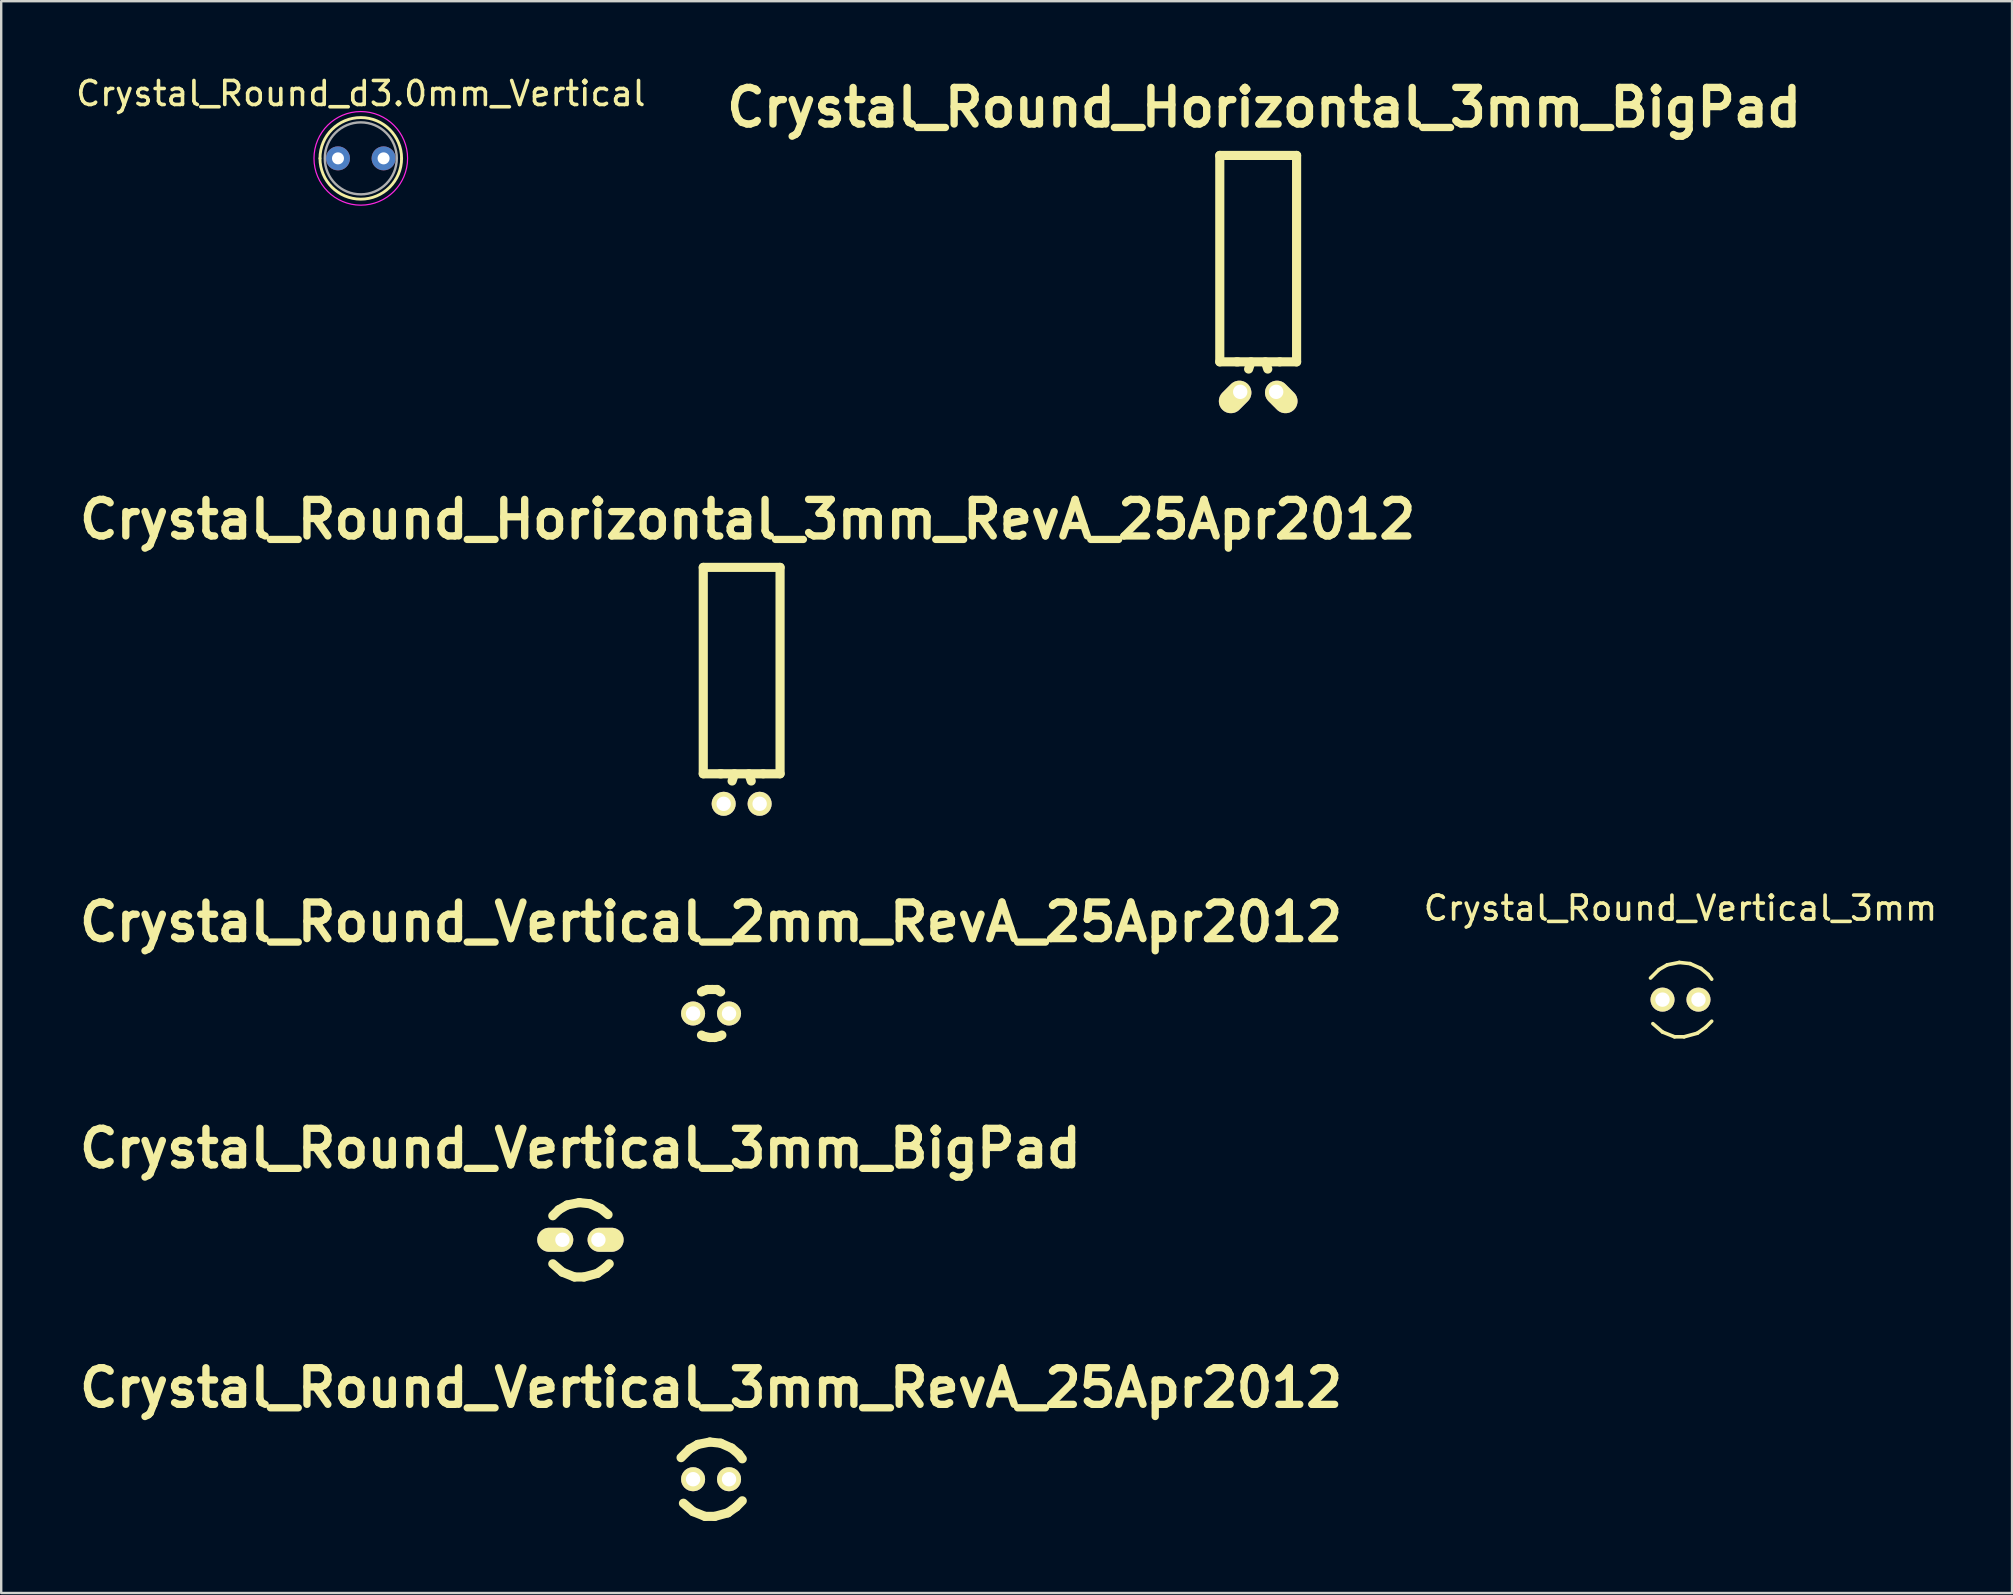
<source format=kicad_pcb>
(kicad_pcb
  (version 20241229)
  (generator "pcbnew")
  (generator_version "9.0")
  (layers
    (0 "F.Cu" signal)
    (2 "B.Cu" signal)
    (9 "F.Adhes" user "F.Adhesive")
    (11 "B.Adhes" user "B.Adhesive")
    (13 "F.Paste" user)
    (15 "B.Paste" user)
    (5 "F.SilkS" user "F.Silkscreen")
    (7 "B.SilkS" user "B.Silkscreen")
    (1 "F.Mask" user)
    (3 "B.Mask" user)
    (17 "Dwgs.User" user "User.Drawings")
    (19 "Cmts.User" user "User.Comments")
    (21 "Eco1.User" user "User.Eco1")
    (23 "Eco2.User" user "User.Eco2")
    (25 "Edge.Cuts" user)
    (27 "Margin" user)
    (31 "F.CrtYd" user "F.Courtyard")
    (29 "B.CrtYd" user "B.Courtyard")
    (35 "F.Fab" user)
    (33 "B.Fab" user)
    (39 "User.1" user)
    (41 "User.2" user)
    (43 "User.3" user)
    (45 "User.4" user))
  (footprint "Crystal_Round_Horizontal_3mm_BigPad"
    (layer "F.Cu")
    (at 49.372 13.276)
    (property "Reference" "Crystal_Round_Horizontal_3mm_BigPad" (at 0.249 -11.849 0) (layer "F.SilkS") (effects (font (size 1.524 1.524) (thickness 0.305))))
    (attr through_hole)
    (fp_line (start -1.6 -9.85) (end -1.6 -1.25) (stroke (width 0.381) (type solid)) (layer "F.SilkS"))
    (fp_line (start -0.851 -1.25) (end -1.6 -1.25) (stroke (width 0.381) (type solid)) (layer "F.SilkS"))
    (fp_line (start -0.3 -1.25) (end -0.399 -0.95) (stroke (width 0.381) (type solid)) (layer "F.SilkS"))
    (fp_line (start 0.3 -1.25) (end 0.399 -0.95) (stroke (width 0.381) (type solid)) (layer "F.SilkS"))
    (fp_line (start 0.899 -1.25) (end -0.899 -1.25) (stroke (width 0.381) (type solid)) (layer "F.SilkS"))
    (fp_line (start 0.899 -1.25) (end 1.6 -1.25) (stroke (width 0.381) (type solid)) (layer "F.SilkS"))
    (fp_line (start 1.6 -9.85) (end -1.6 -9.85) (stroke (width 0.381) (type solid)) (layer "F.SilkS"))
    (fp_line (start 1.6 -1.25) (end 1.6 -9.85) (stroke (width 0.381) (type solid)) (layer "F.SilkS"))
    (pad "1" thru_hole oval (at -0.749 0 45) (size 1.501 1.001) (drill 0.599 (offset -0.3 0)) (layers "*.Cu" "*.Mask" "F.SilkS"))
    (pad "2" thru_hole oval (at 0.749 0 315) (size 1.501 1.001) (drill 0.599 (offset 0.3 0)) (layers "*.Cu" "*.Mask" "F.SilkS")))
  (footprint "Crystal_Round_Vertical_3mm_BigPad"
    (layer "F.Cu")
    (at 21.133 48.605)
    (property "Reference" "Crystal_Round_Vertical_3mm_BigPad" (at 0 -3.81 0) (layer "F.SilkS") (effects (font (size 1.524 1.524) (thickness 0.305))))
    (attr through_hole)
    (fp_line (start -0.899 -1.25) (end -1.151 -1.001) (stroke (width 0.381) (type solid)) (layer "F.SilkS"))
    (fp_line (start -0.749 1.349) (end -1.151 1.001) (stroke (width 0.381) (type solid)) (layer "F.SilkS"))
    (fp_line (start -0.551 -1.45) (end -0.899 -1.25) (stroke (width 0.381) (type solid)) (layer "F.SilkS"))
    (fp_line (start -0.249 1.549) (end -0.749 1.349) (stroke (width 0.381) (type solid)) (layer "F.SilkS"))
    (fp_line (start -0.051 -1.549) (end -0.551 -1.45) (stroke (width 0.381) (type solid)) (layer "F.SilkS"))
    (fp_line (start 0.15 1.549) (end -0.249 1.549) (stroke (width 0.381) (type solid)) (layer "F.SilkS"))
    (fp_line (start 0.399 -1.501) (end -0.051 -1.549) (stroke (width 0.381) (type solid)) (layer "F.SilkS"))
    (fp_line (start 0.701 1.4) (end 0.15 1.549) (stroke (width 0.381) (type solid)) (layer "F.SilkS"))
    (fp_line (start 0.851 -1.3) (end 0.399 -1.501) (stroke (width 0.381) (type solid)) (layer "F.SilkS"))
    (fp_line (start 1.049 1.151) (end 0.701 1.4) (stroke (width 0.381) (type solid)) (layer "F.SilkS"))
    (fp_line (start 1.049 1.151) (end 1.199 1.001) (stroke (width 0.381) (type solid)) (layer "F.SilkS"))
    (fp_line (start 1.151 -1.049) (end 0.851 -1.3) (stroke (width 0.381) (type solid)) (layer "F.SilkS"))
    (pad "1" thru_hole oval (at -0.749 0) (size 1.501 1.001) (drill 0.599 (offset -0.3 0)) (layers "*.Cu" "*.Mask" "F.SilkS"))
    (pad "2" thru_hole oval (at 0.749 0) (size 1.501 1.001) (drill 0.599 (offset 0.3 0)) (layers "*.Cu" "*.Mask" "F.SilkS")))
  (footprint "Crystal_Round_Horizontal_3mm_RevA_25Apr2012"
    (layer "F.Cu")
    (at 27.851 30.44)
    (property "Reference" "Crystal_Round_Horizontal_3mm_RevA_25Apr2012" (at 0.249 -11.849 0) (layer "F.SilkS") (effects (font (size 1.524 1.524) (thickness 0.305))))
    (attr through_hole)
    (fp_line (start -1.6 -9.85) (end -1.6 -1.25) (stroke (width 0.381) (type solid)) (layer "F.SilkS"))
    (fp_line (start -0.851 -1.25) (end -1.6 -1.25) (stroke (width 0.381) (type solid)) (layer "F.SilkS"))
    (fp_line (start -0.3 -1.25) (end -0.399 -0.95) (stroke (width 0.381) (type solid)) (layer "F.SilkS"))
    (fp_line (start 0.3 -1.25) (end 0.399 -0.95) (stroke (width 0.381) (type solid)) (layer "F.SilkS"))
    (fp_line (start 0.899 -1.25) (end -0.899 -1.25) (stroke (width 0.381) (type solid)) (layer "F.SilkS"))
    (fp_line (start 0.899 -1.25) (end 1.6 -1.25) (stroke (width 0.381) (type solid)) (layer "F.SilkS"))
    (fp_line (start 1.6 -9.85) (end -1.6 -9.85) (stroke (width 0.381) (type solid)) (layer "F.SilkS"))
    (fp_line (start 1.6 -1.25) (end 1.6 -9.85) (stroke (width 0.381) (type solid)) (layer "F.SilkS"))
    (pad "1" thru_hole circle (at -0.749 0) (size 1.001 1.001) (drill 0.599) (layers "*.Cu" "*.Mask" "F.SilkS"))
    (pad "2" thru_hole circle (at 0.749 0) (size 1.001 1.001) (drill 0.599) (layers "*.Cu" "*.Mask" "F.SilkS")))
  (footprint "Crystal_Round_Vertical_3mm_RevA_25Apr2012"
    (layer "F.Cu")
    (at 26.576 58.581)
    (property "Reference" "Crystal_Round_Vertical_3mm_RevA_25Apr2012" (at 0 -3.81 0) (layer "F.SilkS") (effects (font (size 1.524 1.524) (thickness 0.305))))
    (attr through_hole)
    (fp_line (start -0.899 -1.25) (end -1.25 -0.899) (stroke (width 0.381) (type solid)) (layer "F.SilkS"))
    (fp_line (start -0.749 1.349) (end -1.151 1.001) (stroke (width 0.381) (type solid)) (layer "F.SilkS"))
    (fp_line (start -0.551 -1.45) (end -0.899 -1.25) (stroke (width 0.381) (type solid)) (layer "F.SilkS"))
    (fp_line (start -0.249 1.549) (end -0.749 1.349) (stroke (width 0.381) (type solid)) (layer "F.SilkS"))
    (fp_line (start -0.051 -1.549) (end -0.551 -1.45) (stroke (width 0.381) (type solid)) (layer "F.SilkS"))
    (fp_line (start 0.15 1.549) (end -0.249 1.549) (stroke (width 0.381) (type solid)) (layer "F.SilkS"))
    (fp_line (start 0.399 -1.501) (end -0.051 -1.549) (stroke (width 0.381) (type solid)) (layer "F.SilkS"))
    (fp_line (start 0.701 1.4) (end 0.15 1.549) (stroke (width 0.381) (type solid)) (layer "F.SilkS"))
    (fp_line (start 0.851 -1.3) (end 0.399 -1.501) (stroke (width 0.381) (type solid)) (layer "F.SilkS"))
    (fp_line (start 1.049 1.151) (end 0.701 1.4) (stroke (width 0.381) (type solid)) (layer "F.SilkS"))
    (fp_line (start 1.151 -1.049) (end 0.851 -1.3) (stroke (width 0.381) (type solid)) (layer "F.SilkS"))
    (fp_line (start 1.3 -0.851) (end 1.151 -1.049) (stroke (width 0.381) (type solid)) (layer "F.SilkS"))
    (fp_line (start 1.3 0.899) (end 1.049 1.151) (stroke (width 0.381) (type solid)) (layer "F.SilkS"))
    (pad "1" thru_hole circle (at -0.749 0) (size 1.001 1.001) (drill 0.599) (layers "*.Cu" "*.Mask" "F.SilkS"))
    (pad "2" thru_hole circle (at 0.749 0) (size 1.001 1.001) (drill 0.599) (layers "*.Cu" "*.Mask" "F.SilkS")))
  (footprint "Crystal_Round_Vertical_2mm_RevA_25Apr2012"
    (layer "F.Cu")
    (at 26.576 39.177)
    (property "Reference" "Crystal_Round_Vertical_2mm_RevA_25Apr2012" (at 0 -3.81 0) (layer "F.SilkS") (effects (font (size 1.524 1.524) (thickness 0.305))))
    (attr through_hole)
    (fp_line (start -0.3 -0.95) (end -0.399 -0.899) (stroke (width 0.381) (type solid)) (layer "F.SilkS"))
    (fp_line (start -0.3 0.95) (end -0.399 0.899) (stroke (width 0.381) (type solid)) (layer "F.SilkS"))
    (fp_line (start -0.15 -1.001) (end -0.3 -0.95) (stroke (width 0.381) (type solid)) (layer "F.SilkS"))
    (fp_line (start -0.051 1.001) (end -0.3 0.95) (stroke (width 0.381) (type solid)) (layer "F.SilkS"))
    (fp_line (start 0.051 -1.001) (end -0.15 -1.001) (stroke (width 0.381) (type solid)) (layer "F.SilkS"))
    (fp_line (start 0.15 1.001) (end -0.051 1.001) (stroke (width 0.381) (type solid)) (layer "F.SilkS"))
    (fp_line (start 0.249 -1.001) (end 0.051 -1.001) (stroke (width 0.381) (type solid)) (layer "F.SilkS"))
    (fp_line (start 0.351 0.95) (end 0.15 1.001) (stroke (width 0.381) (type solid)) (layer "F.SilkS"))
    (fp_line (start 0.399 -0.899) (end 0.249 -1.001) (stroke (width 0.381) (type solid)) (layer "F.SilkS"))
    (fp_line (start 0.45 0.899) (end 0.351 0.95) (stroke (width 0.381) (type solid)) (layer "F.SilkS"))
    (pad "1" thru_hole circle (at -0.749 0) (size 1.001 1.001) (drill 0.599) (layers "*.Cu" "*.Mask" "F.SilkS"))
    (pad "2" thru_hole circle (at 0.749 0) (size 1.001 1.001) (drill 0.599) (layers "*.Cu" "*.Mask" "F.SilkS")))
  (footprint "Crystal_Round_Vertical_3mm"
    (layer "F.Cu")
    (at 66.967 38.599)
    (property "Reference" "Crystal_Round_Vertical_3mm" (at 0 -3.81 0) (layer "F.SilkS") (effects (font (size 1 1) (thickness 0.15))))
    (attr through_hole)
    (fp_line (start -0.899 -1.25) (end -1.25 -0.899) (stroke (width 0.15) (type solid)) (layer "F.SilkS"))
    (fp_line (start -0.749 1.349) (end -1.151 1.001) (stroke (width 0.15) (type solid)) (layer "F.SilkS"))
    (fp_line (start -0.551 -1.45) (end -0.899 -1.25) (stroke (width 0.15) (type solid)) (layer "F.SilkS"))
    (fp_line (start -0.249 1.549) (end -0.749 1.349) (stroke (width 0.15) (type solid)) (layer "F.SilkS"))
    (fp_line (start -0.051 -1.549) (end -0.551 -1.45) (stroke (width 0.15) (type solid)) (layer "F.SilkS"))
    (fp_line (start 0.15 1.549) (end -0.249 1.549) (stroke (width 0.15) (type solid)) (layer "F.SilkS"))
    (fp_line (start 0.399 -1.501) (end -0.051 -1.549) (stroke (width 0.15) (type solid)) (layer "F.SilkS"))
    (fp_line (start 0.701 1.4) (end 0.15 1.549) (stroke (width 0.15) (type solid)) (layer "F.SilkS"))
    (fp_line (start 0.851 -1.3) (end 0.399 -1.501) (stroke (width 0.15) (type solid)) (layer "F.SilkS"))
    (fp_line (start 1.049 1.151) (end 0.701 1.4) (stroke (width 0.15) (type solid)) (layer "F.SilkS"))
    (fp_line (start 1.151 -1.049) (end 0.851 -1.3) (stroke (width 0.15) (type solid)) (layer "F.SilkS"))
    (fp_line (start 1.3 -0.851) (end 1.151 -1.049) (stroke (width 0.15) (type solid)) (layer "F.SilkS"))
    (fp_line (start 1.3 0.899) (end 1.049 1.151) (stroke (width 0.15) (type solid)) (layer "F.SilkS"))
    (pad "1" thru_hole circle (at -0.749 0) (size 1.001 1.001) (drill 0.599) (layers "*.Cu" "*.Mask" "F.SilkS"))
    (pad "2" thru_hole circle (at 0.749 0) (size 1.001 1.001) (drill 0.599) (layers "*.Cu" "*.Mask" "F.SilkS")))
  (footprint "Crystal_Round_d3.0mm_Vertical"
    (layer "F.Cu")
    (at 11.032 3.548)
    (property "Reference" "Crystal_Round_d3.0mm_Vertical" (at 0.95 -2.7 0) (layer "F.SilkS") (effects (font (size 1 1) (thickness 0.15))))
    (attr through_hole)
    (fp_arc (start -0.75 0) (mid 0.95 -1.7) (end 2.65 0) (stroke (width 0.12) (type solid)) (layer "F.SilkS"))
    (fp_arc (start 2.65 0) (mid 0.95 1.7) (end -0.75 0) (stroke (width 0.12) (type solid)) (layer "F.SilkS"))
    (fp_circle (center 0.95 0) (end 2.9 0) (stroke (width 0.05) (type solid)) (fill no) (layer "F.CrtYd"))
    (fp_circle (center 0.95 0) (end 2.45 0) (stroke (width 0.1) (type solid)) (fill no) (layer "F.Fab"))
    (pad "1" thru_hole circle (at 0 0) (size 1 1) (drill 0.5) (layers "*.Cu" "*.Mask"))
    (pad "2" thru_hole circle (at 1.9 0) (size 1 1) (drill 0.5) (layers "*.Cu" "*.Mask")))
  (gr_rect
    (start -3 -3)
    (end 80.782 63.321)
    (stroke (width 0.1) (type default))
    (fill no)
    (layer "Edge.Cuts")))
</source>
